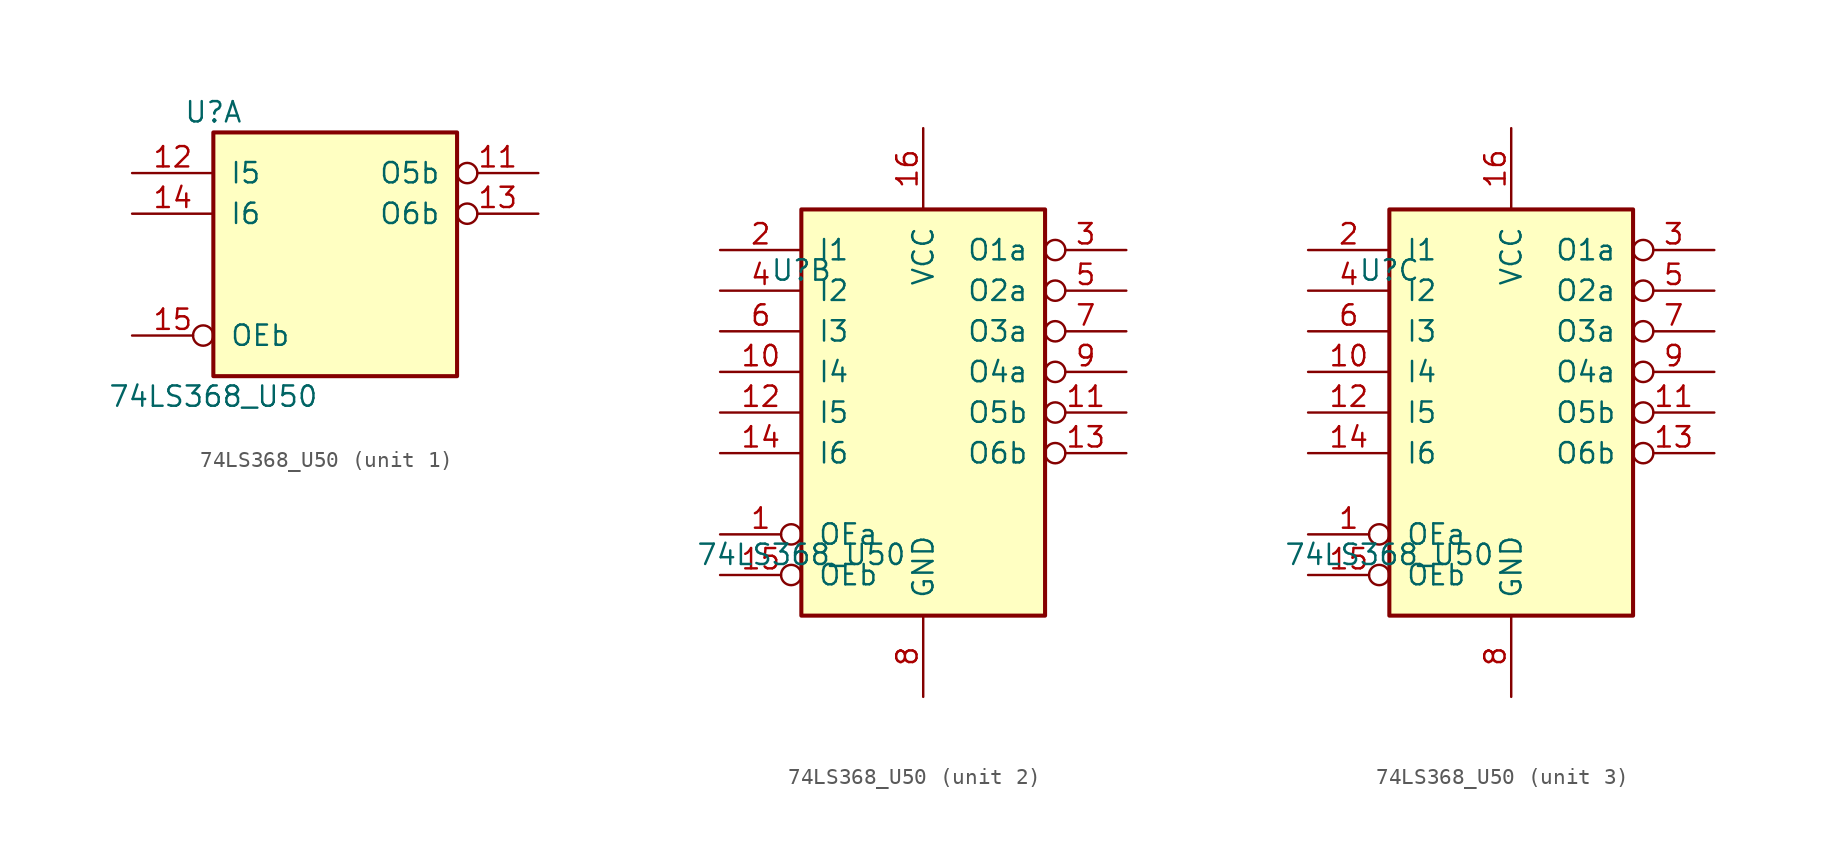
<source format=kicad_sym>
(kicad_symbol_lib
  (version 20220914)
  (generator kicad_symbol_editor)
  (symbol "74LS368_U50"
    (pin_names
      (offset 1.016))
    (property "Reference" "U"
      (at -7.62 8.89 0)
      (effects (font (size 1.27 1.27))))
    (property "Value" "74LS368_U50"
      (at -7.62 -8.89 0)
      (effects (font (size 1.27 1.27))))
    (property "ki_locked" ""
      (at 0 0 0)
      (effects (font (size 1.27 1.27))))
    (symbol "74LS368_U50_1_0"
      (pin tri_state inverted (at 12.7 5.08 180) (length 5.08) (name "O5b" (effects (font (size 1.27 1.27)))) (number "11" (effects (font (size 1.27 1.27)))))
      (pin input line (at -12.7 5.08 0) (length 5.08) (name "I5" (effects (font (size 1.27 1.27)))) (number "12" (effects (font (size 1.27 1.27)))))
      (pin tri_state inverted (at 12.7 2.54 180) (length 5.08) (name "O6b" (effects (font (size 1.27 1.27)))) (number "13" (effects (font (size 1.27 1.27)))))
      (pin input line (at -12.7 2.54 0) (length 5.08) (name "I6" (effects (font (size 1.27 1.27)))) (number "14" (effects (font (size 1.27 1.27)))))
      (pin input inverted (at -12.7 -5.08 0) (length 5.08) (name "OEb" (effects (font (size 1.27 1.27)))) (number "15" (effects (font (size 1.27 1.27))))))
    (symbol "74LS368_U50_1_1"
      (rectangle (start -7.62 7.62) (end 7.62 -7.62) (stroke (width 0.254) (type default)) (fill (type background))))
    (symbol "74LS368_U50_2_0"
      (pin input inverted (at -12.7 -7.62 0) (length 5.08) (name "OEa" (effects (font (size 1.27 1.27)))) (number "1" (effects (font (size 1.27 1.27)))))
      (pin input line (at -12.7 2.54 0) (length 5.08) (name "I4" (effects (font (size 1.27 1.27)))) (number "10" (effects (font (size 1.27 1.27)))))
      (pin tri_state inverted (at 12.7 0 180) (length 5.08) (name "O5b" (effects (font (size 1.27 1.27)))) (number "11" (effects (font (size 1.27 1.27)))))
      (pin input line (at -12.7 0 0) (length 5.08) (name "I5" (effects (font (size 1.27 1.27)))) (number "12" (effects (font (size 1.27 1.27)))))
      (pin tri_state inverted (at 12.7 -2.54 180) (length 5.08) (name "O6b" (effects (font (size 1.27 1.27)))) (number "13" (effects (font (size 1.27 1.27)))))
      (pin input line (at -12.7 -2.54 0) (length 5.08) (name "I6" (effects (font (size 1.27 1.27)))) (number "14" (effects (font (size 1.27 1.27)))))
      (pin input inverted (at -12.7 -10.16 0) (length 5.08) (name "OEb" (effects (font (size 1.27 1.27)))) (number "15" (effects (font (size 1.27 1.27)))))
      (pin power_in line (at 0 17.78 270) (length 5.08) (name "VCC" (effects (font (size 1.27 1.27)))) (number "16" (effects (font (size 1.27 1.27)))))
      (pin input line (at -12.7 10.16 0) (length 5.08) (name "I1" (effects (font (size 1.27 1.27)))) (number "2" (effects (font (size 1.27 1.27)))))
      (pin tri_state inverted (at 12.7 10.16 180) (length 5.08) (name "O1a" (effects (font (size 1.27 1.27)))) (number "3" (effects (font (size 1.27 1.27)))))
      (pin input line (at -12.7 7.62 0) (length 5.08) (name "I2" (effects (font (size 1.27 1.27)))) (number "4" (effects (font (size 1.27 1.27)))))
      (pin tri_state inverted (at 12.7 7.62 180) (length 5.08) (name "O2a" (effects (font (size 1.27 1.27)))) (number "5" (effects (font (size 1.27 1.27)))))
      (pin input line (at -12.7 5.08 0) (length 5.08) (name "I3" (effects (font (size 1.27 1.27)))) (number "6" (effects (font (size 1.27 1.27)))))
      (pin tri_state inverted (at 12.7 5.08 180) (length 5.08) (name "O3a" (effects (font (size 1.27 1.27)))) (number "7" (effects (font (size 1.27 1.27)))))
      (pin power_in line (at 0 -17.78 90) (length 5.08) (name "GND" (effects (font (size 1.27 1.27)))) (number "8" (effects (font (size 1.27 1.27)))))
      (pin tri_state inverted (at 12.7 2.54 180) (length 5.08) (name "O4a" (effects (font (size 1.27 1.27)))) (number "9" (effects (font (size 1.27 1.27))))))
    (symbol "74LS368_U50_2_1"
      (rectangle (start -7.62 12.7) (end 7.62 -12.7) (stroke (width 0.254) (type default)) (fill (type background))))
    (symbol "74LS368_U50_3_0"
      (pin input inverted (at -12.7 -7.62 0) (length 5.08) (name "OEa" (effects (font (size 1.27 1.27)))) (number "1" (effects (font (size 1.27 1.27)))))
      (pin input line (at -12.7 2.54 0) (length 5.08) (name "I4" (effects (font (size 1.27 1.27)))) (number "10" (effects (font (size 1.27 1.27)))))
      (pin tri_state inverted (at 12.7 0 180) (length 5.08) (name "O5b" (effects (font (size 1.27 1.27)))) (number "11" (effects (font (size 1.27 1.27)))))
      (pin input line (at -12.7 0 0) (length 5.08) (name "I5" (effects (font (size 1.27 1.27)))) (number "12" (effects (font (size 1.27 1.27)))))
      (pin tri_state inverted (at 12.7 -2.54 180) (length 5.08) (name "O6b" (effects (font (size 1.27 1.27)))) (number "13" (effects (font (size 1.27 1.27)))))
      (pin input line (at -12.7 -2.54 0) (length 5.08) (name "I6" (effects (font (size 1.27 1.27)))) (number "14" (effects (font (size 1.27 1.27)))))
      (pin input inverted (at -12.7 -10.16 0) (length 5.08) (name "OEb" (effects (font (size 1.27 1.27)))) (number "15" (effects (font (size 1.27 1.27)))))
      (pin power_in line (at 0 17.78 270) (length 5.08) (name "VCC" (effects (font (size 1.27 1.27)))) (number "16" (effects (font (size 1.27 1.27)))))
      (pin input line (at -12.7 10.16 0) (length 5.08) (name "I1" (effects (font (size 1.27 1.27)))) (number "2" (effects (font (size 1.27 1.27)))))
      (pin tri_state inverted (at 12.7 10.16 180) (length 5.08) (name "O1a" (effects (font (size 1.27 1.27)))) (number "3" (effects (font (size 1.27 1.27)))))
      (pin input line (at -12.7 7.62 0) (length 5.08) (name "I2" (effects (font (size 1.27 1.27)))) (number "4" (effects (font (size 1.27 1.27)))))
      (pin tri_state inverted (at 12.7 7.62 180) (length 5.08) (name "O2a" (effects (font (size 1.27 1.27)))) (number "5" (effects (font (size 1.27 1.27)))))
      (pin input line (at -12.7 5.08 0) (length 5.08) (name "I3" (effects (font (size 1.27 1.27)))) (number "6" (effects (font (size 1.27 1.27)))))
      (pin tri_state inverted (at 12.7 5.08 180) (length 5.08) (name "O3a" (effects (font (size 1.27 1.27)))) (number "7" (effects (font (size 1.27 1.27)))))
      (pin power_in line (at 0 -17.78 90) (length 5.08) (name "GND" (effects (font (size 1.27 1.27)))) (number "8" (effects (font (size 1.27 1.27)))))
      (pin tri_state inverted (at 12.7 2.54 180) (length 5.08) (name "O4a" (effects (font (size 1.27 1.27)))) (number "9" (effects (font (size 1.27 1.27))))))
    (symbol "74LS368_U50_3_1"
      (rectangle (start -7.62 12.7) (end 7.62 -12.7) (stroke (width 0.254) (type default)) (fill (type background))))))
</source>
